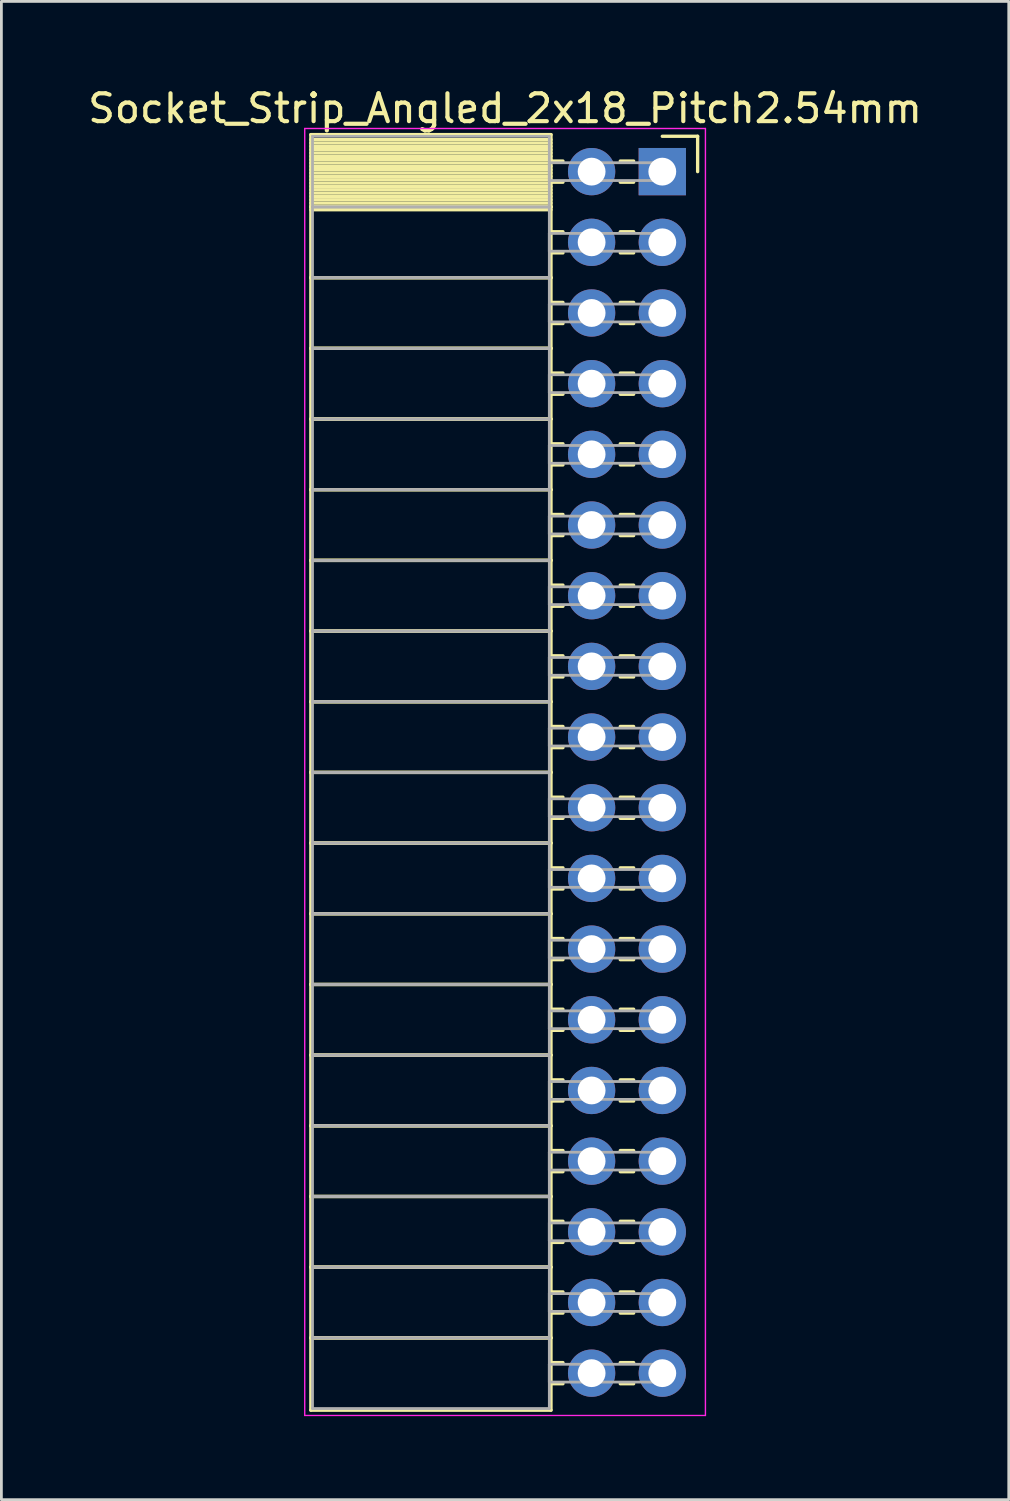
<source format=kicad_pcb>
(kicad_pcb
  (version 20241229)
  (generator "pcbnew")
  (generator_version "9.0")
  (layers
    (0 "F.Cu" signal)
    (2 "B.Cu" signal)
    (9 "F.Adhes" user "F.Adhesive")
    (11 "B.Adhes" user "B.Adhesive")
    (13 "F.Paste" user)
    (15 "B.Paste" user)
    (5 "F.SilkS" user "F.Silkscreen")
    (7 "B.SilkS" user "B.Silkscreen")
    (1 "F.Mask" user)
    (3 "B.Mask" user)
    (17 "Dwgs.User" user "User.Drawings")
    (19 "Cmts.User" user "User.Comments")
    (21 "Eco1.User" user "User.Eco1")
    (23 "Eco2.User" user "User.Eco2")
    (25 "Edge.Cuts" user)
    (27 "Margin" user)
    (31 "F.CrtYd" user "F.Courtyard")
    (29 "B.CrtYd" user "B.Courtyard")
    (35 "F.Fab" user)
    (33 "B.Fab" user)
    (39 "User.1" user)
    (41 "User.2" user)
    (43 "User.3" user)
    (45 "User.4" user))
  (footprint "Socket_Strip_Angled_2x18_Pitch2.54mm"
    (layer "F.Cu")
    (at 20.751 3.118)
    (property "Reference" "Socket_Strip_Angled_2x18_Pitch2.54mm" (at -5.65 -2.27 0) (layer "F.SilkS") (effects (font (size 1 1) (thickness 0.15))))
    (attr through_hole)
    (fp_line (start -12.63 -1.33) (end -4 -1.33) (stroke (width 0.12) (type solid)) (layer "F.SilkS"))
    (fp_line (start -12.63 1.27) (end -12.63 -1.33) (stroke (width 0.12) (type solid)) (layer "F.SilkS"))
    (fp_line (start -12.63 1.27) (end -4 1.27) (stroke (width 0.12) (type solid)) (layer "F.SilkS"))
    (fp_line (start -12.63 3.81) (end -12.63 1.27) (stroke (width 0.12) (type solid)) (layer "F.SilkS"))
    (fp_line (start -12.63 3.81) (end -4 3.81) (stroke (width 0.12) (type solid)) (layer "F.SilkS"))
    (fp_line (start -12.63 6.35) (end -12.63 3.81) (stroke (width 0.12) (type solid)) (layer "F.SilkS"))
    (fp_line (start -12.63 6.35) (end -4 6.35) (stroke (width 0.12) (type solid)) (layer "F.SilkS"))
    (fp_line (start -12.63 8.89) (end -12.63 6.35) (stroke (width 0.12) (type solid)) (layer "F.SilkS"))
    (fp_line (start -12.63 8.89) (end -4 8.89) (stroke (width 0.12) (type solid)) (layer "F.SilkS"))
    (fp_line (start -12.63 11.43) (end -12.63 8.89) (stroke (width 0.12) (type solid)) (layer "F.SilkS"))
    (fp_line (start -12.63 11.43) (end -4 11.43) (stroke (width 0.12) (type solid)) (layer "F.SilkS"))
    (fp_line (start -12.63 13.97) (end -12.63 11.43) (stroke (width 0.12) (type solid)) (layer "F.SilkS"))
    (fp_line (start -12.63 13.97) (end -4 13.97) (stroke (width 0.12) (type solid)) (layer "F.SilkS"))
    (fp_line (start -12.63 16.51) (end -12.63 13.97) (stroke (width 0.12) (type solid)) (layer "F.SilkS"))
    (fp_line (start -12.63 16.51) (end -4 16.51) (stroke (width 0.12) (type solid)) (layer "F.SilkS"))
    (fp_line (start -12.63 19.05) (end -12.63 16.51) (stroke (width 0.12) (type solid)) (layer "F.SilkS"))
    (fp_line (start -12.63 19.05) (end -4 19.05) (stroke (width 0.12) (type solid)) (layer "F.SilkS"))
    (fp_line (start -12.63 21.59) (end -12.63 19.05) (stroke (width 0.12) (type solid)) (layer "F.SilkS"))
    (fp_line (start -12.63 21.59) (end -4 21.59) (stroke (width 0.12) (type solid)) (layer "F.SilkS"))
    (fp_line (start -12.63 24.13) (end -12.63 21.59) (stroke (width 0.12) (type solid)) (layer "F.SilkS"))
    (fp_line (start -12.63 24.13) (end -4 24.13) (stroke (width 0.12) (type solid)) (layer "F.SilkS"))
    (fp_line (start -12.63 26.67) (end -12.63 24.13) (stroke (width 0.12) (type solid)) (layer "F.SilkS"))
    (fp_line (start -12.63 26.67) (end -4 26.67) (stroke (width 0.12) (type solid)) (layer "F.SilkS"))
    (fp_line (start -12.63 29.21) (end -12.63 26.67) (stroke (width 0.12) (type solid)) (layer "F.SilkS"))
    (fp_line (start -12.63 29.21) (end -4 29.21) (stroke (width 0.12) (type solid)) (layer "F.SilkS"))
    (fp_line (start -12.63 31.75) (end -12.63 29.21) (stroke (width 0.12) (type solid)) (layer "F.SilkS"))
    (fp_line (start -12.63 31.75) (end -4 31.75) (stroke (width 0.12) (type solid)) (layer "F.SilkS"))
    (fp_line (start -12.63 34.29) (end -12.63 31.75) (stroke (width 0.12) (type solid)) (layer "F.SilkS"))
    (fp_line (start -12.63 34.29) (end -4 34.29) (stroke (width 0.12) (type solid)) (layer "F.SilkS"))
    (fp_line (start -12.63 36.83) (end -12.63 34.29) (stroke (width 0.12) (type solid)) (layer "F.SilkS"))
    (fp_line (start -12.63 36.83) (end -4 36.83) (stroke (width 0.12) (type solid)) (layer "F.SilkS"))
    (fp_line (start -12.63 39.37) (end -12.63 36.83) (stroke (width 0.12) (type solid)) (layer "F.SilkS"))
    (fp_line (start -12.63 39.37) (end -4 39.37) (stroke (width 0.12) (type solid)) (layer "F.SilkS"))
    (fp_line (start -12.63 41.91) (end -12.63 39.37) (stroke (width 0.12) (type solid)) (layer "F.SilkS"))
    (fp_line (start -12.63 41.91) (end -4 41.91) (stroke (width 0.12) (type solid)) (layer "F.SilkS"))
    (fp_line (start -12.63 44.51) (end -12.63 41.91) (stroke (width 0.12) (type solid)) (layer "F.SilkS"))
    (fp_line (start -4 -1.33) (end -4 1.27) (stroke (width 0.12) (type solid)) (layer "F.SilkS"))
    (fp_line (start -4 -1.15) (end -12.63 -1.15) (stroke (width 0.12) (type solid)) (layer "F.SilkS"))
    (fp_line (start -4 -1.03) (end -12.63 -1.03) (stroke (width 0.12) (type solid)) (layer "F.SilkS"))
    (fp_line (start -4 -0.91) (end -12.63 -0.91) (stroke (width 0.12) (type solid)) (layer "F.SilkS"))
    (fp_line (start -4 -0.79) (end -12.63 -0.79) (stroke (width 0.12) (type solid)) (layer "F.SilkS"))
    (fp_line (start -4 -0.67) (end -12.63 -0.67) (stroke (width 0.12) (type solid)) (layer "F.SilkS"))
    (fp_line (start -4 -0.55) (end -12.63 -0.55) (stroke (width 0.12) (type solid)) (layer "F.SilkS"))
    (fp_line (start -4 -0.43) (end -12.63 -0.43) (stroke (width 0.12) (type solid)) (layer "F.SilkS"))
    (fp_line (start -4 -0.31) (end -12.63 -0.31) (stroke (width 0.12) (type solid)) (layer "F.SilkS"))
    (fp_line (start -4 -0.19) (end -12.63 -0.19) (stroke (width 0.12) (type solid)) (layer "F.SilkS"))
    (fp_line (start -4 -0.07) (end -12.63 -0.07) (stroke (width 0.12) (type solid)) (layer "F.SilkS"))
    (fp_line (start -4 0.05) (end -12.63 0.05) (stroke (width 0.12) (type solid)) (layer "F.SilkS"))
    (fp_line (start -4 0.17) (end -12.63 0.17) (stroke (width 0.12) (type solid)) (layer "F.SilkS"))
    (fp_line (start -4 0.29) (end -12.63 0.29) (stroke (width 0.12) (type solid)) (layer "F.SilkS"))
    (fp_line (start -4 0.41) (end -12.63 0.41) (stroke (width 0.12) (type solid)) (layer "F.SilkS"))
    (fp_line (start -4 0.53) (end -12.63 0.53) (stroke (width 0.12) (type solid)) (layer "F.SilkS"))
    (fp_line (start -4 0.65) (end -12.63 0.65) (stroke (width 0.12) (type solid)) (layer "F.SilkS"))
    (fp_line (start -4 0.77) (end -12.63 0.77) (stroke (width 0.12) (type solid)) (layer "F.SilkS"))
    (fp_line (start -4 0.89) (end -12.63 0.89) (stroke (width 0.12) (type solid)) (layer "F.SilkS"))
    (fp_line (start -4 1.01) (end -12.63 1.01) (stroke (width 0.12) (type solid)) (layer "F.SilkS"))
    (fp_line (start -4 1.13) (end -12.63 1.13) (stroke (width 0.12) (type solid)) (layer "F.SilkS"))
    (fp_line (start -4 1.25) (end -12.63 1.25) (stroke (width 0.12) (type solid)) (layer "F.SilkS"))
    (fp_line (start -4 1.27) (end -12.63 1.27) (stroke (width 0.12) (type solid)) (layer "F.SilkS"))
    (fp_line (start -4 1.27) (end -4 3.81) (stroke (width 0.12) (type solid)) (layer "F.SilkS"))
    (fp_line (start -4 1.37) (end -12.63 1.37) (stroke (width 0.12) (type solid)) (layer "F.SilkS"))
    (fp_line (start -4 3.81) (end -12.63 3.81) (stroke (width 0.12) (type solid)) (layer "F.SilkS"))
    (fp_line (start -4 3.81) (end -4 6.35) (stroke (width 0.12) (type solid)) (layer "F.SilkS"))
    (fp_line (start -4 6.35) (end -12.63 6.35) (stroke (width 0.12) (type solid)) (layer "F.SilkS"))
    (fp_line (start -4 6.35) (end -4 8.89) (stroke (width 0.12) (type solid)) (layer "F.SilkS"))
    (fp_line (start -4 8.89) (end -12.63 8.89) (stroke (width 0.12) (type solid)) (layer "F.SilkS"))
    (fp_line (start -4 8.89) (end -4 11.43) (stroke (width 0.12) (type solid)) (layer "F.SilkS"))
    (fp_line (start -4 11.43) (end -12.63 11.43) (stroke (width 0.12) (type solid)) (layer "F.SilkS"))
    (fp_line (start -4 11.43) (end -4 13.97) (stroke (width 0.12) (type solid)) (layer "F.SilkS"))
    (fp_line (start -4 13.97) (end -12.63 13.97) (stroke (width 0.12) (type solid)) (layer "F.SilkS"))
    (fp_line (start -4 13.97) (end -4 16.51) (stroke (width 0.12) (type solid)) (layer "F.SilkS"))
    (fp_line (start -4 16.51) (end -12.63 16.51) (stroke (width 0.12) (type solid)) (layer "F.SilkS"))
    (fp_line (start -4 16.51) (end -4 19.05) (stroke (width 0.12) (type solid)) (layer "F.SilkS"))
    (fp_line (start -4 19.05) (end -12.63 19.05) (stroke (width 0.12) (type solid)) (layer "F.SilkS"))
    (fp_line (start -4 19.05) (end -4 21.59) (stroke (width 0.12) (type solid)) (layer "F.SilkS"))
    (fp_line (start -4 21.59) (end -12.63 21.59) (stroke (width 0.12) (type solid)) (layer "F.SilkS"))
    (fp_line (start -4 21.59) (end -4 24.13) (stroke (width 0.12) (type solid)) (layer "F.SilkS"))
    (fp_line (start -4 24.13) (end -12.63 24.13) (stroke (width 0.12) (type solid)) (layer "F.SilkS"))
    (fp_line (start -4 24.13) (end -4 26.67) (stroke (width 0.12) (type solid)) (layer "F.SilkS"))
    (fp_line (start -4 26.67) (end -12.63 26.67) (stroke (width 0.12) (type solid)) (layer "F.SilkS"))
    (fp_line (start -4 26.67) (end -4 29.21) (stroke (width 0.12) (type solid)) (layer "F.SilkS"))
    (fp_line (start -4 29.21) (end -12.63 29.21) (stroke (width 0.12) (type solid)) (layer "F.SilkS"))
    (fp_line (start -4 29.21) (end -4 31.75) (stroke (width 0.12) (type solid)) (layer "F.SilkS"))
    (fp_line (start -4 31.75) (end -12.63 31.75) (stroke (width 0.12) (type solid)) (layer "F.SilkS"))
    (fp_line (start -4 31.75) (end -4 34.29) (stroke (width 0.12) (type solid)) (layer "F.SilkS"))
    (fp_line (start -4 34.29) (end -12.63 34.29) (stroke (width 0.12) (type solid)) (layer "F.SilkS"))
    (fp_line (start -4 34.29) (end -4 36.83) (stroke (width 0.12) (type solid)) (layer "F.SilkS"))
    (fp_line (start -4 36.83) (end -12.63 36.83) (stroke (width 0.12) (type solid)) (layer "F.SilkS"))
    (fp_line (start -4 36.83) (end -4 39.37) (stroke (width 0.12) (type solid)) (layer "F.SilkS"))
    (fp_line (start -4 39.37) (end -12.63 39.37) (stroke (width 0.12) (type solid)) (layer "F.SilkS"))
    (fp_line (start -4 39.37) (end -4 41.91) (stroke (width 0.12) (type solid)) (layer "F.SilkS"))
    (fp_line (start -4 41.91) (end -12.63 41.91) (stroke (width 0.12) (type solid)) (layer "F.SilkS"))
    (fp_line (start -4 41.91) (end -4 44.51) (stroke (width 0.12) (type solid)) (layer "F.SilkS"))
    (fp_line (start -4 44.51) (end -12.63 44.51) (stroke (width 0.12) (type solid)) (layer "F.SilkS"))
    (fp_line (start -3.57 -0.38) (end -4 -0.38) (stroke (width 0.12) (type solid)) (layer "F.SilkS"))
    (fp_line (start -3.57 0.38) (end -4 0.38) (stroke (width 0.12) (type solid)) (layer "F.SilkS"))
    (fp_line (start -3.57 2.16) (end -4 2.16) (stroke (width 0.12) (type solid)) (layer "F.SilkS"))
    (fp_line (start -3.57 2.92) (end -4 2.92) (stroke (width 0.12) (type solid)) (layer "F.SilkS"))
    (fp_line (start -3.57 4.7) (end -4 4.7) (stroke (width 0.12) (type solid)) (layer "F.SilkS"))
    (fp_line (start -3.57 5.46) (end -4 5.46) (stroke (width 0.12) (type solid)) (layer "F.SilkS"))
    (fp_line (start -3.57 7.24) (end -4 7.24) (stroke (width 0.12) (type solid)) (layer "F.SilkS"))
    (fp_line (start -3.57 8) (end -4 8) (stroke (width 0.12) (type solid)) (layer "F.SilkS"))
    (fp_line (start -3.57 9.78) (end -4 9.78) (stroke (width 0.12) (type solid)) (layer "F.SilkS"))
    (fp_line (start -3.57 10.54) (end -4 10.54) (stroke (width 0.12) (type solid)) (layer "F.SilkS"))
    (fp_line (start -3.57 12.32) (end -4 12.32) (stroke (width 0.12) (type solid)) (layer "F.SilkS"))
    (fp_line (start -3.57 13.08) (end -4 13.08) (stroke (width 0.12) (type solid)) (layer "F.SilkS"))
    (fp_line (start -3.57 14.86) (end -4 14.86) (stroke (width 0.12) (type solid)) (layer "F.SilkS"))
    (fp_line (start -3.57 15.62) (end -4 15.62) (stroke (width 0.12) (type solid)) (layer "F.SilkS"))
    (fp_line (start -3.57 17.4) (end -4 17.4) (stroke (width 0.12) (type solid)) (layer "F.SilkS"))
    (fp_line (start -3.57 18.16) (end -4 18.16) (stroke (width 0.12) (type solid)) (layer "F.SilkS"))
    (fp_line (start -3.57 19.94) (end -4 19.94) (stroke (width 0.12) (type solid)) (layer "F.SilkS"))
    (fp_line (start -3.57 20.7) (end -4 20.7) (stroke (width 0.12) (type solid)) (layer "F.SilkS"))
    (fp_line (start -3.57 22.48) (end -4 22.48) (stroke (width 0.12) (type solid)) (layer "F.SilkS"))
    (fp_line (start -3.57 23.24) (end -4 23.24) (stroke (width 0.12) (type solid)) (layer "F.SilkS"))
    (fp_line (start -3.57 25.02) (end -4 25.02) (stroke (width 0.12) (type solid)) (layer "F.SilkS"))
    (fp_line (start -3.57 25.78) (end -4 25.78) (stroke (width 0.12) (type solid)) (layer "F.SilkS"))
    (fp_line (start -3.57 27.56) (end -4 27.56) (stroke (width 0.12) (type solid)) (layer "F.SilkS"))
    (fp_line (start -3.57 28.32) (end -4 28.32) (stroke (width 0.12) (type solid)) (layer "F.SilkS"))
    (fp_line (start -3.57 30.1) (end -4 30.1) (stroke (width 0.12) (type solid)) (layer "F.SilkS"))
    (fp_line (start -3.57 30.86) (end -4 30.86) (stroke (width 0.12) (type solid)) (layer "F.SilkS"))
    (fp_line (start -3.57 32.64) (end -4 32.64) (stroke (width 0.12) (type solid)) (layer "F.SilkS"))
    (fp_line (start -3.57 33.4) (end -4 33.4) (stroke (width 0.12) (type solid)) (layer "F.SilkS"))
    (fp_line (start -3.57 35.18) (end -4 35.18) (stroke (width 0.12) (type solid)) (layer "F.SilkS"))
    (fp_line (start -3.57 35.94) (end -4 35.94) (stroke (width 0.12) (type solid)) (layer "F.SilkS"))
    (fp_line (start -3.57 37.72) (end -4 37.72) (stroke (width 0.12) (type solid)) (layer "F.SilkS"))
    (fp_line (start -3.57 38.48) (end -4 38.48) (stroke (width 0.12) (type solid)) (layer "F.SilkS"))
    (fp_line (start -3.57 40.26) (end -4 40.26) (stroke (width 0.12) (type solid)) (layer "F.SilkS"))
    (fp_line (start -3.57 41.02) (end -4 41.02) (stroke (width 0.12) (type solid)) (layer "F.SilkS"))
    (fp_line (start -3.57 42.8) (end -4 42.8) (stroke (width 0.12) (type solid)) (layer "F.SilkS"))
    (fp_line (start -3.57 43.56) (end -4 43.56) (stroke (width 0.12) (type solid)) (layer "F.SilkS"))
    (fp_line (start -1.03 -0.38) (end -1.51 -0.38) (stroke (width 0.12) (type solid)) (layer "F.SilkS"))
    (fp_line (start -1.03 0.38) (end -1.51 0.38) (stroke (width 0.12) (type solid)) (layer "F.SilkS"))
    (fp_line (start -1.03 2.16) (end -1.51 2.16) (stroke (width 0.12) (type solid)) (layer "F.SilkS"))
    (fp_line (start -1.03 2.92) (end -1.51 2.92) (stroke (width 0.12) (type solid)) (layer "F.SilkS"))
    (fp_line (start -1.03 4.7) (end -1.51 4.7) (stroke (width 0.12) (type solid)) (layer "F.SilkS"))
    (fp_line (start -1.03 5.46) (end -1.51 5.46) (stroke (width 0.12) (type solid)) (layer "F.SilkS"))
    (fp_line (start -1.03 7.24) (end -1.51 7.24) (stroke (width 0.12) (type solid)) (layer "F.SilkS"))
    (fp_line (start -1.03 8) (end -1.51 8) (stroke (width 0.12) (type solid)) (layer "F.SilkS"))
    (fp_line (start -1.03 9.78) (end -1.51 9.78) (stroke (width 0.12) (type solid)) (layer "F.SilkS"))
    (fp_line (start -1.03 10.54) (end -1.51 10.54) (stroke (width 0.12) (type solid)) (layer "F.SilkS"))
    (fp_line (start -1.03 12.32) (end -1.51 12.32) (stroke (width 0.12) (type solid)) (layer "F.SilkS"))
    (fp_line (start -1.03 13.08) (end -1.51 13.08) (stroke (width 0.12) (type solid)) (layer "F.SilkS"))
    (fp_line (start -1.03 14.86) (end -1.51 14.86) (stroke (width 0.12) (type solid)) (layer "F.SilkS"))
    (fp_line (start -1.03 15.62) (end -1.51 15.62) (stroke (width 0.12) (type solid)) (layer "F.SilkS"))
    (fp_line (start -1.03 17.4) (end -1.51 17.4) (stroke (width 0.12) (type solid)) (layer "F.SilkS"))
    (fp_line (start -1.03 18.16) (end -1.51 18.16) (stroke (width 0.12) (type solid)) (layer "F.SilkS"))
    (fp_line (start -1.03 19.94) (end -1.51 19.94) (stroke (width 0.12) (type solid)) (layer "F.SilkS"))
    (fp_line (start -1.03 20.7) (end -1.51 20.7) (stroke (width 0.12) (type solid)) (layer "F.SilkS"))
    (fp_line (start -1.03 22.48) (end -1.51 22.48) (stroke (width 0.12) (type solid)) (layer "F.SilkS"))
    (fp_line (start -1.03 23.24) (end -1.51 23.24) (stroke (width 0.12) (type solid)) (layer "F.SilkS"))
    (fp_line (start -1.03 25.02) (end -1.51 25.02) (stroke (width 0.12) (type solid)) (layer "F.SilkS"))
    (fp_line (start -1.03 25.78) (end -1.51 25.78) (stroke (width 0.12) (type solid)) (layer "F.SilkS"))
    (fp_line (start -1.03 27.56) (end -1.51 27.56) (stroke (width 0.12) (type solid)) (layer "F.SilkS"))
    (fp_line (start -1.03 28.32) (end -1.51 28.32) (stroke (width 0.12) (type solid)) (layer "F.SilkS"))
    (fp_line (start -1.03 30.1) (end -1.51 30.1) (stroke (width 0.12) (type solid)) (layer "F.SilkS"))
    (fp_line (start -1.03 30.86) (end -1.51 30.86) (stroke (width 0.12) (type solid)) (layer "F.SilkS"))
    (fp_line (start -1.03 32.64) (end -1.51 32.64) (stroke (width 0.12) (type solid)) (layer "F.SilkS"))
    (fp_line (start -1.03 33.4) (end -1.51 33.4) (stroke (width 0.12) (type solid)) (layer "F.SilkS"))
    (fp_line (start -1.03 35.18) (end -1.51 35.18) (stroke (width 0.12) (type solid)) (layer "F.SilkS"))
    (fp_line (start -1.03 35.94) (end -1.51 35.94) (stroke (width 0.12) (type solid)) (layer "F.SilkS"))
    (fp_line (start -1.03 37.72) (end -1.51 37.72) (stroke (width 0.12) (type solid)) (layer "F.SilkS"))
    (fp_line (start -1.03 38.48) (end -1.51 38.48) (stroke (width 0.12) (type solid)) (layer "F.SilkS"))
    (fp_line (start -1.03 40.26) (end -1.51 40.26) (stroke (width 0.12) (type solid)) (layer "F.SilkS"))
    (fp_line (start -1.03 41.02) (end -1.51 41.02) (stroke (width 0.12) (type solid)) (layer "F.SilkS"))
    (fp_line (start -1.03 42.8) (end -1.51 42.8) (stroke (width 0.12) (type solid)) (layer "F.SilkS"))
    (fp_line (start -1.03 43.56) (end -1.51 43.56) (stroke (width 0.12) (type solid)) (layer "F.SilkS"))
    (fp_line (start 0 -1.27) (end 1.27 -1.27) (stroke (width 0.12) (type solid)) (layer "F.SilkS"))
    (fp_line (start 1.27 -1.27) (end 1.27 0) (stroke (width 0.12) (type solid)) (layer "F.SilkS"))
    (fp_line (start -12.85 -1.55) (end 1.55 -1.55) (stroke (width 0.05) (type solid)) (layer "F.CrtYd"))
    (fp_line (start -12.85 44.7) (end -12.85 -1.55) (stroke (width 0.05) (type solid)) (layer "F.CrtYd"))
    (fp_line (start 1.55 -1.55) (end 1.55 44.7) (stroke (width 0.05) (type solid)) (layer "F.CrtYd"))
    (fp_line (start 1.55 44.7) (end -12.85 44.7) (stroke (width 0.05) (type solid)) (layer "F.CrtYd"))
    (fp_line (start -12.57 -1.27) (end -4.06 -1.27) (stroke (width 0.1) (type solid)) (layer "F.Fab"))
    (fp_line (start -12.57 1.27) (end -12.57 -1.27) (stroke (width 0.1) (type solid)) (layer "F.Fab"))
    (fp_line (start -12.57 1.27) (end -4.06 1.27) (stroke (width 0.1) (type solid)) (layer "F.Fab"))
    (fp_line (start -12.57 3.81) (end -12.57 1.27) (stroke (width 0.1) (type solid)) (layer "F.Fab"))
    (fp_line (start -12.57 3.81) (end -4.06 3.81) (stroke (width 0.1) (type solid)) (layer "F.Fab"))
    (fp_line (start -12.57 6.35) (end -12.57 3.81) (stroke (width 0.1) (type solid)) (layer "F.Fab"))
    (fp_line (start -12.57 6.35) (end -4.06 6.35) (stroke (width 0.1) (type solid)) (layer "F.Fab"))
    (fp_line (start -12.57 8.89) (end -12.57 6.35) (stroke (width 0.1) (type solid)) (layer "F.Fab"))
    (fp_line (start -12.57 8.89) (end -4.06 8.89) (stroke (width 0.1) (type solid)) (layer "F.Fab"))
    (fp_line (start -12.57 11.43) (end -12.57 8.89) (stroke (width 0.1) (type solid)) (layer "F.Fab"))
    (fp_line (start -12.57 11.43) (end -4.06 11.43) (stroke (width 0.1) (type solid)) (layer "F.Fab"))
    (fp_line (start -12.57 13.97) (end -12.57 11.43) (stroke (width 0.1) (type solid)) (layer "F.Fab"))
    (fp_line (start -12.57 13.97) (end -4.06 13.97) (stroke (width 0.1) (type solid)) (layer "F.Fab"))
    (fp_line (start -12.57 16.51) (end -12.57 13.97) (stroke (width 0.1) (type solid)) (layer "F.Fab"))
    (fp_line (start -12.57 16.51) (end -4.06 16.51) (stroke (width 0.1) (type solid)) (layer "F.Fab"))
    (fp_line (start -12.57 19.05) (end -12.57 16.51) (stroke (width 0.1) (type solid)) (layer "F.Fab"))
    (fp_line (start -12.57 19.05) (end -4.06 19.05) (stroke (width 0.1) (type solid)) (layer "F.Fab"))
    (fp_line (start -12.57 21.59) (end -12.57 19.05) (stroke (width 0.1) (type solid)) (layer "F.Fab"))
    (fp_line (start -12.57 21.59) (end -4.06 21.59) (stroke (width 0.1) (type solid)) (layer "F.Fab"))
    (fp_line (start -12.57 24.13) (end -12.57 21.59) (stroke (width 0.1) (type solid)) (layer "F.Fab"))
    (fp_line (start -12.57 24.13) (end -4.06 24.13) (stroke (width 0.1) (type solid)) (layer "F.Fab"))
    (fp_line (start -12.57 26.67) (end -12.57 24.13) (stroke (width 0.1) (type solid)) (layer "F.Fab"))
    (fp_line (start -12.57 26.67) (end -4.06 26.67) (stroke (width 0.1) (type solid)) (layer "F.Fab"))
    (fp_line (start -12.57 29.21) (end -12.57 26.67) (stroke (width 0.1) (type solid)) (layer "F.Fab"))
    (fp_line (start -12.57 29.21) (end -4.06 29.21) (stroke (width 0.1) (type solid)) (layer "F.Fab"))
    (fp_line (start -12.57 31.75) (end -12.57 29.21) (stroke (width 0.1) (type solid)) (layer "F.Fab"))
    (fp_line (start -12.57 31.75) (end -4.06 31.75) (stroke (width 0.1) (type solid)) (layer "F.Fab"))
    (fp_line (start -12.57 34.29) (end -12.57 31.75) (stroke (width 0.1) (type solid)) (layer "F.Fab"))
    (fp_line (start -12.57 34.29) (end -4.06 34.29) (stroke (width 0.1) (type solid)) (layer "F.Fab"))
    (fp_line (start -12.57 36.83) (end -12.57 34.29) (stroke (width 0.1) (type solid)) (layer "F.Fab"))
    (fp_line (start -12.57 36.83) (end -4.06 36.83) (stroke (width 0.1) (type solid)) (layer "F.Fab"))
    (fp_line (start -12.57 39.37) (end -12.57 36.83) (stroke (width 0.1) (type solid)) (layer "F.Fab"))
    (fp_line (start -12.57 39.37) (end -4.06 39.37) (stroke (width 0.1) (type solid)) (layer "F.Fab"))
    (fp_line (start -12.57 41.91) (end -12.57 39.37) (stroke (width 0.1) (type solid)) (layer "F.Fab"))
    (fp_line (start -12.57 41.91) (end -4.06 41.91) (stroke (width 0.1) (type solid)) (layer "F.Fab"))
    (fp_line (start -12.57 44.45) (end -12.57 41.91) (stroke (width 0.1) (type solid)) (layer "F.Fab"))
    (fp_line (start -4.06 -1.27) (end -4.06 1.27) (stroke (width 0.1) (type solid)) (layer "F.Fab"))
    (fp_line (start -4.06 -0.32) (end 0 -0.32) (stroke (width 0.1) (type solid)) (layer "F.Fab"))
    (fp_line (start -4.06 0.32) (end -4.06 -0.32) (stroke (width 0.1) (type solid)) (layer "F.Fab"))
    (fp_line (start -4.06 1.27) (end -12.57 1.27) (stroke (width 0.1) (type solid)) (layer "F.Fab"))
    (fp_line (start -4.06 1.27) (end -4.06 3.81) (stroke (width 0.1) (type solid)) (layer "F.Fab"))
    (fp_line (start -4.06 2.22) (end 0 2.22) (stroke (width 0.1) (type solid)) (layer "F.Fab"))
    (fp_line (start -4.06 2.86) (end -4.06 2.22) (stroke (width 0.1) (type solid)) (layer "F.Fab"))
    (fp_line (start -4.06 3.81) (end -12.57 3.81) (stroke (width 0.1) (type solid)) (layer "F.Fab"))
    (fp_line (start -4.06 3.81) (end -4.06 6.35) (stroke (width 0.1) (type solid)) (layer "F.Fab"))
    (fp_line (start -4.06 4.76) (end 0 4.76) (stroke (width 0.1) (type solid)) (layer "F.Fab"))
    (fp_line (start -4.06 5.4) (end -4.06 4.76) (stroke (width 0.1) (type solid)) (layer "F.Fab"))
    (fp_line (start -4.06 6.35) (end -12.57 6.35) (stroke (width 0.1) (type solid)) (layer "F.Fab"))
    (fp_line (start -4.06 6.35) (end -4.06 8.89) (stroke (width 0.1) (type solid)) (layer "F.Fab"))
    (fp_line (start -4.06 7.3) (end 0 7.3) (stroke (width 0.1) (type solid)) (layer "F.Fab"))
    (fp_line (start -4.06 7.94) (end -4.06 7.3) (stroke (width 0.1) (type solid)) (layer "F.Fab"))
    (fp_line (start -4.06 8.89) (end -12.57 8.89) (stroke (width 0.1) (type solid)) (layer "F.Fab"))
    (fp_line (start -4.06 8.89) (end -4.06 11.43) (stroke (width 0.1) (type solid)) (layer "F.Fab"))
    (fp_line (start -4.06 9.84) (end 0 9.84) (stroke (width 0.1) (type solid)) (layer "F.Fab"))
    (fp_line (start -4.06 10.48) (end -4.06 9.84) (stroke (width 0.1) (type solid)) (layer "F.Fab"))
    (fp_line (start -4.06 11.43) (end -12.57 11.43) (stroke (width 0.1) (type solid)) (layer "F.Fab"))
    (fp_line (start -4.06 11.43) (end -4.06 13.97) (stroke (width 0.1) (type solid)) (layer "F.Fab"))
    (fp_line (start -4.06 12.38) (end 0 12.38) (stroke (width 0.1) (type solid)) (layer "F.Fab"))
    (fp_line (start -4.06 13.02) (end -4.06 12.38) (stroke (width 0.1) (type solid)) (layer "F.Fab"))
    (fp_line (start -4.06 13.97) (end -12.57 13.97) (stroke (width 0.1) (type solid)) (layer "F.Fab"))
    (fp_line (start -4.06 13.97) (end -4.06 16.51) (stroke (width 0.1) (type solid)) (layer "F.Fab"))
    (fp_line (start -4.06 14.92) (end 0 14.92) (stroke (width 0.1) (type solid)) (layer "F.Fab"))
    (fp_line (start -4.06 15.56) (end -4.06 14.92) (stroke (width 0.1) (type solid)) (layer "F.Fab"))
    (fp_line (start -4.06 16.51) (end -12.57 16.51) (stroke (width 0.1) (type solid)) (layer "F.Fab"))
    (fp_line (start -4.06 16.51) (end -4.06 19.05) (stroke (width 0.1) (type solid)) (layer "F.Fab"))
    (fp_line (start -4.06 17.46) (end 0 17.46) (stroke (width 0.1) (type solid)) (layer "F.Fab"))
    (fp_line (start -4.06 18.1) (end -4.06 17.46) (stroke (width 0.1) (type solid)) (layer "F.Fab"))
    (fp_line (start -4.06 19.05) (end -12.57 19.05) (stroke (width 0.1) (type solid)) (layer "F.Fab"))
    (fp_line (start -4.06 19.05) (end -4.06 21.59) (stroke (width 0.1) (type solid)) (layer "F.Fab"))
    (fp_line (start -4.06 20) (end 0 20) (stroke (width 0.1) (type solid)) (layer "F.Fab"))
    (fp_line (start -4.06 20.64) (end -4.06 20) (stroke (width 0.1) (type solid)) (layer "F.Fab"))
    (fp_line (start -4.06 21.59) (end -12.57 21.59) (stroke (width 0.1) (type solid)) (layer "F.Fab"))
    (fp_line (start -4.06 21.59) (end -4.06 24.13) (stroke (width 0.1) (type solid)) (layer "F.Fab"))
    (fp_line (start -4.06 22.54) (end 0 22.54) (stroke (width 0.1) (type solid)) (layer "F.Fab"))
    (fp_line (start -4.06 23.18) (end -4.06 22.54) (stroke (width 0.1) (type solid)) (layer "F.Fab"))
    (fp_line (start -4.06 24.13) (end -12.57 24.13) (stroke (width 0.1) (type solid)) (layer "F.Fab"))
    (fp_line (start -4.06 24.13) (end -4.06 26.67) (stroke (width 0.1) (type solid)) (layer "F.Fab"))
    (fp_line (start -4.06 25.08) (end 0 25.08) (stroke (width 0.1) (type solid)) (layer "F.Fab"))
    (fp_line (start -4.06 25.72) (end -4.06 25.08) (stroke (width 0.1) (type solid)) (layer "F.Fab"))
    (fp_line (start -4.06 26.67) (end -12.57 26.67) (stroke (width 0.1) (type solid)) (layer "F.Fab"))
    (fp_line (start -4.06 26.67) (end -4.06 29.21) (stroke (width 0.1) (type solid)) (layer "F.Fab"))
    (fp_line (start -4.06 27.62) (end 0 27.62) (stroke (width 0.1) (type solid)) (layer "F.Fab"))
    (fp_line (start -4.06 28.26) (end -4.06 27.62) (stroke (width 0.1) (type solid)) (layer "F.Fab"))
    (fp_line (start -4.06 29.21) (end -12.57 29.21) (stroke (width 0.1) (type solid)) (layer "F.Fab"))
    (fp_line (start -4.06 29.21) (end -4.06 31.75) (stroke (width 0.1) (type solid)) (layer "F.Fab"))
    (fp_line (start -4.06 30.16) (end 0 30.16) (stroke (width 0.1) (type solid)) (layer "F.Fab"))
    (fp_line (start -4.06 30.8) (end -4.06 30.16) (stroke (width 0.1) (type solid)) (layer "F.Fab"))
    (fp_line (start -4.06 31.75) (end -12.57 31.75) (stroke (width 0.1) (type solid)) (layer "F.Fab"))
    (fp_line (start -4.06 31.75) (end -4.06 34.29) (stroke (width 0.1) (type solid)) (layer "F.Fab"))
    (fp_line (start -4.06 32.7) (end 0 32.7) (stroke (width 0.1) (type solid)) (layer "F.Fab"))
    (fp_line (start -4.06 33.34) (end -4.06 32.7) (stroke (width 0.1) (type solid)) (layer "F.Fab"))
    (fp_line (start -4.06 34.29) (end -12.57 34.29) (stroke (width 0.1) (type solid)) (layer "F.Fab"))
    (fp_line (start -4.06 34.29) (end -4.06 36.83) (stroke (width 0.1) (type solid)) (layer "F.Fab"))
    (fp_line (start -4.06 35.24) (end 0 35.24) (stroke (width 0.1) (type solid)) (layer "F.Fab"))
    (fp_line (start -4.06 35.88) (end -4.06 35.24) (stroke (width 0.1) (type solid)) (layer "F.Fab"))
    (fp_line (start -4.06 36.83) (end -12.57 36.83) (stroke (width 0.1) (type solid)) (layer "F.Fab"))
    (fp_line (start -4.06 36.83) (end -4.06 39.37) (stroke (width 0.1) (type solid)) (layer "F.Fab"))
    (fp_line (start -4.06 37.78) (end 0 37.78) (stroke (width 0.1) (type solid)) (layer "F.Fab"))
    (fp_line (start -4.06 38.42) (end -4.06 37.78) (stroke (width 0.1) (type solid)) (layer "F.Fab"))
    (fp_line (start -4.06 39.37) (end -12.57 39.37) (stroke (width 0.1) (type solid)) (layer "F.Fab"))
    (fp_line (start -4.06 39.37) (end -4.06 41.91) (stroke (width 0.1) (type solid)) (layer "F.Fab"))
    (fp_line (start -4.06 40.32) (end 0 40.32) (stroke (width 0.1) (type solid)) (layer "F.Fab"))
    (fp_line (start -4.06 40.96) (end -4.06 40.32) (stroke (width 0.1) (type solid)) (layer "F.Fab"))
    (fp_line (start -4.06 41.91) (end -12.57 41.91) (stroke (width 0.1) (type solid)) (layer "F.Fab"))
    (fp_line (start -4.06 41.91) (end -4.06 44.45) (stroke (width 0.1) (type solid)) (layer "F.Fab"))
    (fp_line (start -4.06 42.86) (end 0 42.86) (stroke (width 0.1) (type solid)) (layer "F.Fab"))
    (fp_line (start -4.06 43.5) (end -4.06 42.86) (stroke (width 0.1) (type solid)) (layer "F.Fab"))
    (fp_line (start -4.06 44.45) (end -12.57 44.45) (stroke (width 0.1) (type solid)) (layer "F.Fab"))
    (fp_line (start 0 -0.32) (end 0 0.32) (stroke (width 0.1) (type solid)) (layer "F.Fab"))
    (fp_line (start 0 0.32) (end -4.06 0.32) (stroke (width 0.1) (type solid)) (layer "F.Fab"))
    (fp_line (start 0 2.22) (end 0 2.86) (stroke (width 0.1) (type solid)) (layer "F.Fab"))
    (fp_line (start 0 2.86) (end -4.06 2.86) (stroke (width 0.1) (type solid)) (layer "F.Fab"))
    (fp_line (start 0 4.76) (end 0 5.4) (stroke (width 0.1) (type solid)) (layer "F.Fab"))
    (fp_line (start 0 5.4) (end -4.06 5.4) (stroke (width 0.1) (type solid)) (layer "F.Fab"))
    (fp_line (start 0 7.3) (end 0 7.94) (stroke (width 0.1) (type solid)) (layer "F.Fab"))
    (fp_line (start 0 7.94) (end -4.06 7.94) (stroke (width 0.1) (type solid)) (layer "F.Fab"))
    (fp_line (start 0 9.84) (end 0 10.48) (stroke (width 0.1) (type solid)) (layer "F.Fab"))
    (fp_line (start 0 10.48) (end -4.06 10.48) (stroke (width 0.1) (type solid)) (layer "F.Fab"))
    (fp_line (start 0 12.38) (end 0 13.02) (stroke (width 0.1) (type solid)) (layer "F.Fab"))
    (fp_line (start 0 13.02) (end -4.06 13.02) (stroke (width 0.1) (type solid)) (layer "F.Fab"))
    (fp_line (start 0 14.92) (end 0 15.56) (stroke (width 0.1) (type solid)) (layer "F.Fab"))
    (fp_line (start 0 15.56) (end -4.06 15.56) (stroke (width 0.1) (type solid)) (layer "F.Fab"))
    (fp_line (start 0 17.46) (end 0 18.1) (stroke (width 0.1) (type solid)) (layer "F.Fab"))
    (fp_line (start 0 18.1) (end -4.06 18.1) (stroke (width 0.1) (type solid)) (layer "F.Fab"))
    (fp_line (start 0 20) (end 0 20.64) (stroke (width 0.1) (type solid)) (layer "F.Fab"))
    (fp_line (start 0 20.64) (end -4.06 20.64) (stroke (width 0.1) (type solid)) (layer "F.Fab"))
    (fp_line (start 0 22.54) (end 0 23.18) (stroke (width 0.1) (type solid)) (layer "F.Fab"))
    (fp_line (start 0 23.18) (end -4.06 23.18) (stroke (width 0.1) (type solid)) (layer "F.Fab"))
    (fp_line (start 0 25.08) (end 0 25.72) (stroke (width 0.1) (type solid)) (layer "F.Fab"))
    (fp_line (start 0 25.72) (end -4.06 25.72) (stroke (width 0.1) (type solid)) (layer "F.Fab"))
    (fp_line (start 0 27.62) (end 0 28.26) (stroke (width 0.1) (type solid)) (layer "F.Fab"))
    (fp_line (start 0 28.26) (end -4.06 28.26) (stroke (width 0.1) (type solid)) (layer "F.Fab"))
    (fp_line (start 0 30.16) (end 0 30.8) (stroke (width 0.1) (type solid)) (layer "F.Fab"))
    (fp_line (start 0 30.8) (end -4.06 30.8) (stroke (width 0.1) (type solid)) (layer "F.Fab"))
    (fp_line (start 0 32.7) (end 0 33.34) (stroke (width 0.1) (type solid)) (layer "F.Fab"))
    (fp_line (start 0 33.34) (end -4.06 33.34) (stroke (width 0.1) (type solid)) (layer "F.Fab"))
    (fp_line (start 0 35.24) (end 0 35.88) (stroke (width 0.1) (type solid)) (layer "F.Fab"))
    (fp_line (start 0 35.88) (end -4.06 35.88) (stroke (width 0.1) (type solid)) (layer "F.Fab"))
    (fp_line (start 0 37.78) (end 0 38.42) (stroke (width 0.1) (type solid)) (layer "F.Fab"))
    (fp_line (start 0 38.42) (end -4.06 38.42) (stroke (width 0.1) (type solid)) (layer "F.Fab"))
    (fp_line (start 0 40.32) (end 0 40.96) (stroke (width 0.1) (type solid)) (layer "F.Fab"))
    (fp_line (start 0 40.96) (end -4.06 40.96) (stroke (width 0.1) (type solid)) (layer "F.Fab"))
    (fp_line (start 0 42.86) (end 0 43.5) (stroke (width 0.1) (type solid)) (layer "F.Fab"))
    (fp_line (start 0 43.5) (end -4.06 43.5) (stroke (width 0.1) (type solid)) (layer "F.Fab"))
    (pad "1" thru_hole rect (at 0 0) (size 1.7 1.7) (drill 1) (layers "*.Cu" "*.Mask"))
    (pad "2" thru_hole oval (at -2.54 0) (size 1.7 1.7) (drill 1) (layers "*.Cu" "*.Mask"))
    (pad "3" thru_hole oval (at 0 2.54) (size 1.7 1.7) (drill 1) (layers "*.Cu" "*.Mask"))
    (pad "4" thru_hole oval (at -2.54 2.54) (size 1.7 1.7) (drill 1) (layers "*.Cu" "*.Mask"))
    (pad "5" thru_hole oval (at 0 5.08) (size 1.7 1.7) (drill 1) (layers "*.Cu" "*.Mask"))
    (pad "6" thru_hole oval (at -2.54 5.08) (size 1.7 1.7) (drill 1) (layers "*.Cu" "*.Mask"))
    (pad "7" thru_hole oval (at 0 7.62) (size 1.7 1.7) (drill 1) (layers "*.Cu" "*.Mask"))
    (pad "8" thru_hole oval (at -2.54 7.62) (size 1.7 1.7) (drill 1) (layers "*.Cu" "*.Mask"))
    (pad "9" thru_hole oval (at 0 10.16) (size 1.7 1.7) (drill 1) (layers "*.Cu" "*.Mask"))
    (pad "10" thru_hole oval (at -2.54 10.16) (size 1.7 1.7) (drill 1) (layers "*.Cu" "*.Mask"))
    (pad "11" thru_hole oval (at 0 12.7) (size 1.7 1.7) (drill 1) (layers "*.Cu" "*.Mask"))
    (pad "12" thru_hole oval (at -2.54 12.7) (size 1.7 1.7) (drill 1) (layers "*.Cu" "*.Mask"))
    (pad "13" thru_hole oval (at 0 15.24) (size 1.7 1.7) (drill 1) (layers "*.Cu" "*.Mask"))
    (pad "14" thru_hole oval (at -2.54 15.24) (size 1.7 1.7) (drill 1) (layers "*.Cu" "*.Mask"))
    (pad "15" thru_hole oval (at 0 17.78) (size 1.7 1.7) (drill 1) (layers "*.Cu" "*.Mask"))
    (pad "16" thru_hole oval (at -2.54 17.78) (size 1.7 1.7) (drill 1) (layers "*.Cu" "*.Mask"))
    (pad "17" thru_hole oval (at 0 20.32) (size 1.7 1.7) (drill 1) (layers "*.Cu" "*.Mask"))
    (pad "18" thru_hole oval (at -2.54 20.32) (size 1.7 1.7) (drill 1) (layers "*.Cu" "*.Mask"))
    (pad "19" thru_hole oval (at 0 22.86) (size 1.7 1.7) (drill 1) (layers "*.Cu" "*.Mask"))
    (pad "20" thru_hole oval (at -2.54 22.86) (size 1.7 1.7) (drill 1) (layers "*.Cu" "*.Mask"))
    (pad "21" thru_hole oval (at 0 25.4) (size 1.7 1.7) (drill 1) (layers "*.Cu" "*.Mask"))
    (pad "22" thru_hole oval (at -2.54 25.4) (size 1.7 1.7) (drill 1) (layers "*.Cu" "*.Mask"))
    (pad "23" thru_hole oval (at 0 27.94) (size 1.7 1.7) (drill 1) (layers "*.Cu" "*.Mask"))
    (pad "24" thru_hole oval (at -2.54 27.94) (size 1.7 1.7) (drill 1) (layers "*.Cu" "*.Mask"))
    (pad "25" thru_hole oval (at 0 30.48) (size 1.7 1.7) (drill 1) (layers "*.Cu" "*.Mask"))
    (pad "26" thru_hole oval (at -2.54 30.48) (size 1.7 1.7) (drill 1) (layers "*.Cu" "*.Mask"))
    (pad "27" thru_hole oval (at 0 33.02) (size 1.7 1.7) (drill 1) (layers "*.Cu" "*.Mask"))
    (pad "28" thru_hole oval (at -2.54 33.02) (size 1.7 1.7) (drill 1) (layers "*.Cu" "*.Mask"))
    (pad "29" thru_hole oval (at 0 35.56) (size 1.7 1.7) (drill 1) (layers "*.Cu" "*.Mask"))
    (pad "30" thru_hole oval (at -2.54 35.56) (size 1.7 1.7) (drill 1) (layers "*.Cu" "*.Mask"))
    (pad "31" thru_hole oval (at 0 38.1) (size 1.7 1.7) (drill 1) (layers "*.Cu" "*.Mask"))
    (pad "32" thru_hole oval (at -2.54 38.1) (size 1.7 1.7) (drill 1) (layers "*.Cu" "*.Mask"))
    (pad "33" thru_hole oval (at 0 40.64) (size 1.7 1.7) (drill 1) (layers "*.Cu" "*.Mask"))
    (pad "34" thru_hole oval (at -2.54 40.64) (size 1.7 1.7) (drill 1) (layers "*.Cu" "*.Mask"))
    (pad "35" thru_hole oval (at 0 43.18) (size 1.7 1.7) (drill 1) (layers "*.Cu" "*.Mask"))
    (pad "36" thru_hole oval (at -2.54 43.18) (size 1.7 1.7) (drill 1) (layers "*.Cu" "*.Mask")))
  (gr_rect
    (start -3 -3)
    (end 33.202 50.843)
    (stroke (width 0.1) (type default))
    (fill no)
    (layer "Edge.Cuts")))
</source>
